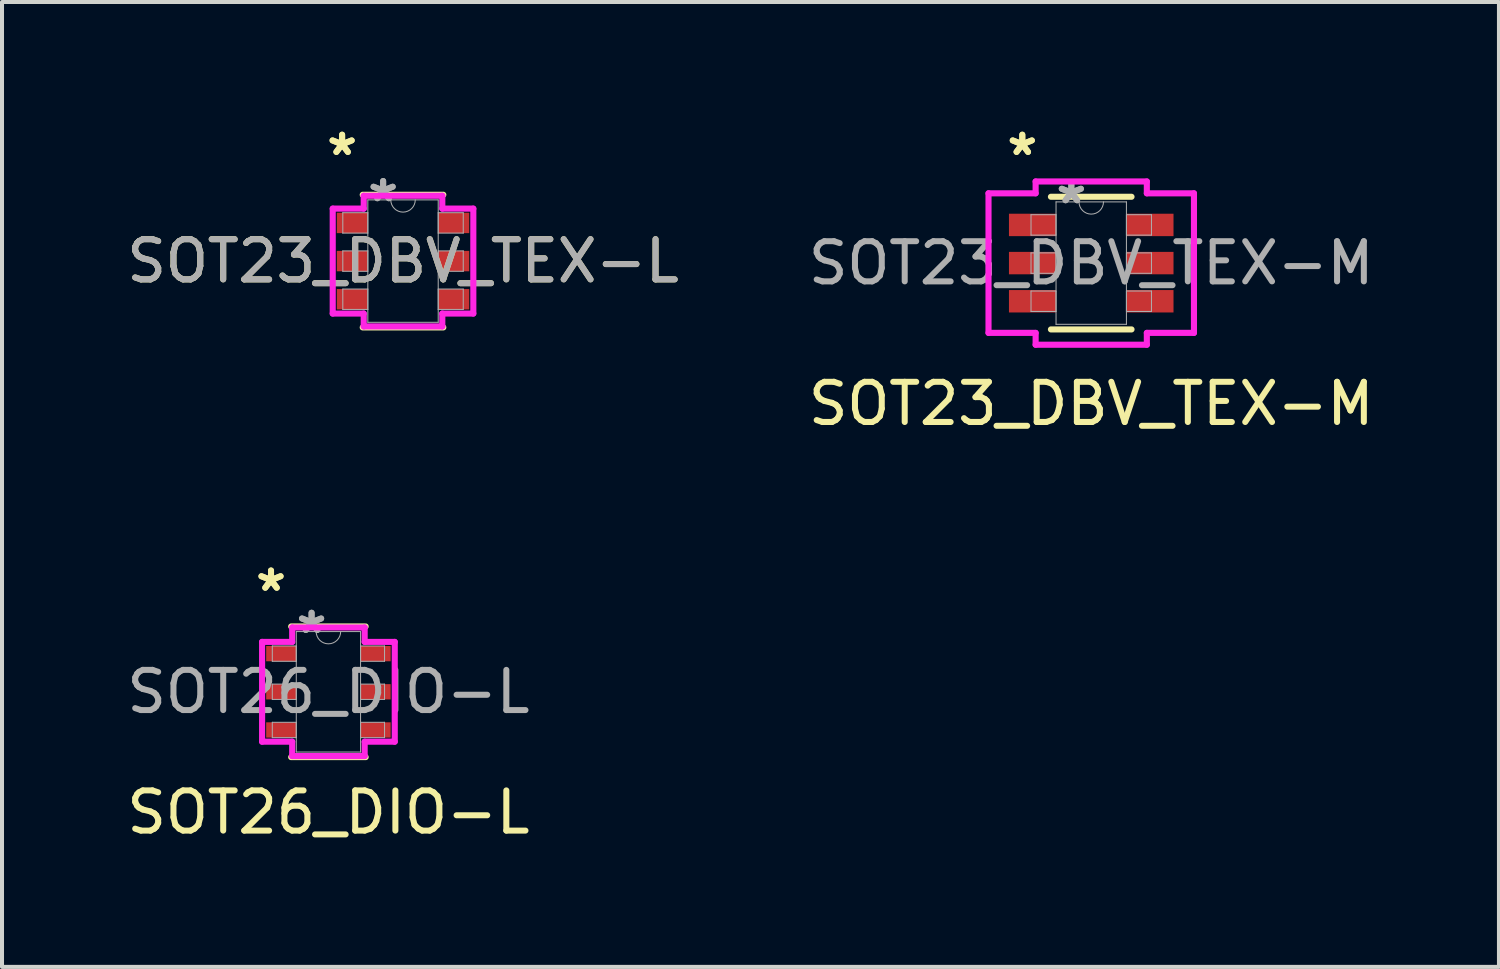
<source format=kicad_pcb>
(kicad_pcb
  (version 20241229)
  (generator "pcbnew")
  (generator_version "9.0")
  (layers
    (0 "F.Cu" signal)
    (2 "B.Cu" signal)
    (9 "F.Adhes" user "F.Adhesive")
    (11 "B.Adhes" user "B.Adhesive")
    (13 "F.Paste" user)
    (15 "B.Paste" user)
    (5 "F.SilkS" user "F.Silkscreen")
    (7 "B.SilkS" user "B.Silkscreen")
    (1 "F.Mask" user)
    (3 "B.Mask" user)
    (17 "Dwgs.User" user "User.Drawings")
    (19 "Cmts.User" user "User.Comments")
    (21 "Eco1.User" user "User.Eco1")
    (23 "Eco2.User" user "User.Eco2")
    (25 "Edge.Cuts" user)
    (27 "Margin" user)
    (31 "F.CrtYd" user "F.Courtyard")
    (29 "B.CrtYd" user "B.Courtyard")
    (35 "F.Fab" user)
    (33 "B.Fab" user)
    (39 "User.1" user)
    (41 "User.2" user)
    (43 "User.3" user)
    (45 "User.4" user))
  (footprint "SOT23_DBV_TEX-L"
    (layer "F.Cu")
    (at 6.982 3.449)
    (property "Reference" "SOT23_DBV_TEX-L" (at 0 0 0) (unlocked yes) (layer "F.SilkS") (effects (font (size 1 1) (thickness 0.15))))
    (attr smd)
    (fp_line (start -1.003 1.651) (end 1.003 1.651) (stroke (width 0.152) (type solid)) (layer "F.SilkS"))
    (fp_line (start 1.003 -1.651) (end -1.003 -1.651) (stroke (width 0.152) (type solid)) (layer "F.SilkS"))
    (fp_line (start -1.75 -1.306) (end -0.978 -1.306) (stroke (width 0.152) (type solid)) (layer "F.CrtYd"))
    (fp_line (start -1.75 1.306) (end -1.75 -1.306) (stroke (width 0.152) (type solid)) (layer "F.CrtYd"))
    (fp_line (start -1.75 1.306) (end -0.978 1.306) (stroke (width 0.152) (type solid)) (layer "F.CrtYd"))
    (fp_line (start -0.978 -1.626) (end 0.978 -1.626) (stroke (width 0.152) (type solid)) (layer "F.CrtYd"))
    (fp_line (start -0.978 -1.306) (end -0.978 -1.626) (stroke (width 0.152) (type solid)) (layer "F.CrtYd"))
    (fp_line (start -0.978 1.626) (end -0.978 1.306) (stroke (width 0.152) (type solid)) (layer "F.CrtYd"))
    (fp_line (start 0.978 -1.626) (end 0.978 -1.306) (stroke (width 0.152) (type solid)) (layer "F.CrtYd"))
    (fp_line (start 0.978 1.306) (end 0.978 1.626) (stroke (width 0.152) (type solid)) (layer "F.CrtYd"))
    (fp_line (start 0.978 1.626) (end -0.978 1.626) (stroke (width 0.152) (type solid)) (layer "F.CrtYd"))
    (fp_line (start 1.75 -1.306) (end 0.978 -1.306) (stroke (width 0.152) (type solid)) (layer "F.CrtYd"))
    (fp_line (start 1.75 -1.306) (end 1.75 1.306) (stroke (width 0.152) (type solid)) (layer "F.CrtYd"))
    (fp_line (start 1.75 1.306) (end 0.978 1.306) (stroke (width 0.152) (type solid)) (layer "F.CrtYd"))
    (fp_line (start -1.499 -1.204) (end -1.499 -0.696) (stroke (width 0.025) (type solid)) (layer "F.Fab"))
    (fp_line (start -1.499 -0.696) (end -0.876 -0.696) (stroke (width 0.025) (type solid)) (layer "F.Fab"))
    (fp_line (start -1.499 -0.254) (end -1.499 0.254) (stroke (width 0.025) (type solid)) (layer "F.Fab"))
    (fp_line (start -1.499 0.254) (end -0.876 0.254) (stroke (width 0.025) (type solid)) (layer "F.Fab"))
    (fp_line (start -1.499 0.696) (end -1.499 1.204) (stroke (width 0.025) (type solid)) (layer "F.Fab"))
    (fp_line (start -1.499 1.204) (end -0.876 1.204) (stroke (width 0.025) (type solid)) (layer "F.Fab"))
    (fp_line (start -0.876 -1.524) (end -0.876 1.524) (stroke (width 0.025) (type solid)) (layer "F.Fab"))
    (fp_line (start -0.876 -1.204) (end -1.499 -1.204) (stroke (width 0.025) (type solid)) (layer "F.Fab"))
    (fp_line (start -0.876 -0.696) (end -0.876 -1.204) (stroke (width 0.025) (type solid)) (layer "F.Fab"))
    (fp_line (start -0.876 -0.254) (end -1.499 -0.254) (stroke (width 0.025) (type solid)) (layer "F.Fab"))
    (fp_line (start -0.876 0.254) (end -0.876 -0.254) (stroke (width 0.025) (type solid)) (layer "F.Fab"))
    (fp_line (start -0.876 0.696) (end -1.499 0.696) (stroke (width 0.025) (type solid)) (layer "F.Fab"))
    (fp_line (start -0.876 1.204) (end -0.876 0.696) (stroke (width 0.025) (type solid)) (layer "F.Fab"))
    (fp_line (start -0.876 1.524) (end 0.876 1.524) (stroke (width 0.025) (type solid)) (layer "F.Fab"))
    (fp_line (start 0.876 -1.524) (end -0.876 -1.524) (stroke (width 0.025) (type solid)) (layer "F.Fab"))
    (fp_line (start 0.876 -1.204) (end 0.876 -0.696) (stroke (width 0.025) (type solid)) (layer "F.Fab"))
    (fp_line (start 0.876 -0.696) (end 1.499 -0.696) (stroke (width 0.025) (type solid)) (layer "F.Fab"))
    (fp_line (start 0.876 -0.254) (end 0.876 0.254) (stroke (width 0.025) (type solid)) (layer "F.Fab"))
    (fp_line (start 0.876 0.254) (end 1.499 0.254) (stroke (width 0.025) (type solid)) (layer "F.Fab"))
    (fp_line (start 0.876 0.696) (end 0.876 1.204) (stroke (width 0.025) (type solid)) (layer "F.Fab"))
    (fp_line (start 0.876 1.204) (end 1.499 1.204) (stroke (width 0.025) (type solid)) (layer "F.Fab"))
    (fp_line (start 0.876 1.524) (end 0.876 -1.524) (stroke (width 0.025) (type solid)) (layer "F.Fab"))
    (fp_line (start 1.499 -1.204) (end 0.876 -1.204) (stroke (width 0.025) (type solid)) (layer "F.Fab"))
    (fp_line (start 1.499 -0.696) (end 1.499 -1.204) (stroke (width 0.025) (type solid)) (layer "F.Fab"))
    (fp_line (start 1.499 -0.254) (end 0.876 -0.254) (stroke (width 0.025) (type solid)) (layer "F.Fab"))
    (fp_line (start 1.499 0.254) (end 1.499 -0.254) (stroke (width 0.025) (type solid)) (layer "F.Fab"))
    (fp_line (start 1.499 0.696) (end 0.876 0.696) (stroke (width 0.025) (type solid)) (layer "F.Fab"))
    (fp_line (start 1.499 1.204) (end 1.499 0.696) (stroke (width 0.025) (type solid)) (layer "F.Fab"))
    (fp_arc (start 0.3048 -1.524) (mid 0 -1.2192) (end -0.3048 -1.524) (stroke (width 0.0254) (type solid)) (layer "F.Fab"))
    (fp_text user "*" (at -1.516 -2.601 0) (layer "F.SilkS") (effects (font (size 1 1) (thickness 0.15))))
    (fp_text user "*" (at -1.516 -2.601 0) (unlocked yes) (layer "F.SilkS") (effects (font (size 1 1) (thickness 0.15))))
    (fp_text user "*" (at -0.495 -1.448 0) (layer "F.Fab") (effects (font (size 1 1) (thickness 0.15))))
    (fp_text user "*" (at -0.495 -1.448 0) (unlocked yes) (layer "F.Fab") (effects (font (size 1 1) (thickness 0.15))))
    (fp_text user "${REFERENCE}" (at 0 0 0) (unlocked yes) (layer "F.Fab") (effects (font (size 1 1) (thickness 0.15))))
    (pad "1" smd rect (at -1.262 -0.95) (size 0.772 0.508) (layers "F.Cu" "F.Mask" "F.Paste"))
    (pad "2" smd rect (at -1.262 0) (size 0.772 0.508) (layers "F.Cu" "F.Mask" "F.Paste"))
    (pad "3" smd rect (at -1.262 0.95) (size 0.772 0.508) (layers "F.Cu" "F.Mask" "F.Paste"))
    (pad "4" smd rect (at 1.262 0.95) (size 0.772 0.508) (layers "F.Cu" "F.Mask" "F.Paste"))
    (pad "5" smd rect (at 1.262 0) (size 0.772 0.508) (layers "F.Cu" "F.Mask" "F.Paste"))
    (pad "6" smd rect (at 1.262 -0.95) (size 0.772 0.508) (layers "F.Cu" "F.Mask" "F.Paste")))
  (footprint "SOT23_DBV_TEX-M"
    (layer "F.Cu")
    (at 24.113 3.499)
    (property "Reference" "SOT23_DBV_TEX-M" (at 0 3.5 0) (unlocked yes) (layer "F.SilkS") (effects (font (size 1 1) (thickness 0.15))))
    (attr smd)
    (fp_line (start -1.003 1.651) (end 1.003 1.651) (stroke (width 0.152) (type solid)) (layer "F.SilkS"))
    (fp_line (start 1.003 -1.651) (end -1.003 -1.651) (stroke (width 0.152) (type solid)) (layer "F.SilkS"))
    (fp_line (start -2.557 -1.737) (end -1.384 -1.737) (stroke (width 0.152) (type solid)) (layer "F.CrtYd"))
    (fp_line (start -2.557 1.737) (end -2.557 -1.737) (stroke (width 0.152) (type solid)) (layer "F.CrtYd"))
    (fp_line (start -2.557 1.737) (end -1.384 1.737) (stroke (width 0.152) (type solid)) (layer "F.CrtYd"))
    (fp_line (start -1.384 -2.032) (end 1.384 -2.032) (stroke (width 0.152) (type solid)) (layer "F.CrtYd"))
    (fp_line (start -1.384 -1.737) (end -1.384 -2.032) (stroke (width 0.152) (type solid)) (layer "F.CrtYd"))
    (fp_line (start -1.384 2.032) (end -1.384 1.737) (stroke (width 0.152) (type solid)) (layer "F.CrtYd"))
    (fp_line (start 1.384 -2.032) (end 1.384 -1.737) (stroke (width 0.152) (type solid)) (layer "F.CrtYd"))
    (fp_line (start 1.384 1.737) (end 1.384 2.032) (stroke (width 0.152) (type solid)) (layer "F.CrtYd"))
    (fp_line (start 1.384 2.032) (end -1.384 2.032) (stroke (width 0.152) (type solid)) (layer "F.CrtYd"))
    (fp_line (start 2.557 -1.737) (end 1.384 -1.737) (stroke (width 0.152) (type solid)) (layer "F.CrtYd"))
    (fp_line (start 2.557 -1.737) (end 2.557 1.737) (stroke (width 0.152) (type solid)) (layer "F.CrtYd"))
    (fp_line (start 2.557 1.737) (end 1.384 1.737) (stroke (width 0.152) (type solid)) (layer "F.CrtYd"))
    (fp_line (start -1.499 -1.204) (end -1.499 -0.696) (stroke (width 0.025) (type solid)) (layer "F.Fab"))
    (fp_line (start -1.499 -0.696) (end -0.876 -0.696) (stroke (width 0.025) (type solid)) (layer "F.Fab"))
    (fp_line (start -1.499 -0.254) (end -1.499 0.254) (stroke (width 0.025) (type solid)) (layer "F.Fab"))
    (fp_line (start -1.499 0.254) (end -0.876 0.254) (stroke (width 0.025) (type solid)) (layer "F.Fab"))
    (fp_line (start -1.499 0.696) (end -1.499 1.204) (stroke (width 0.025) (type solid)) (layer "F.Fab"))
    (fp_line (start -1.499 1.204) (end -0.876 1.204) (stroke (width 0.025) (type solid)) (layer "F.Fab"))
    (fp_line (start -0.876 -1.524) (end -0.876 1.524) (stroke (width 0.025) (type solid)) (layer "F.Fab"))
    (fp_line (start -0.876 -1.204) (end -1.499 -1.204) (stroke (width 0.025) (type solid)) (layer "F.Fab"))
    (fp_line (start -0.876 -0.696) (end -0.876 -1.204) (stroke (width 0.025) (type solid)) (layer "F.Fab"))
    (fp_line (start -0.876 -0.254) (end -1.499 -0.254) (stroke (width 0.025) (type solid)) (layer "F.Fab"))
    (fp_line (start -0.876 0.254) (end -0.876 -0.254) (stroke (width 0.025) (type solid)) (layer "F.Fab"))
    (fp_line (start -0.876 0.696) (end -1.499 0.696) (stroke (width 0.025) (type solid)) (layer "F.Fab"))
    (fp_line (start -0.876 1.204) (end -0.876 0.696) (stroke (width 0.025) (type solid)) (layer "F.Fab"))
    (fp_line (start -0.876 1.524) (end 0.876 1.524) (stroke (width 0.025) (type solid)) (layer "F.Fab"))
    (fp_line (start 0.876 -1.524) (end -0.876 -1.524) (stroke (width 0.025) (type solid)) (layer "F.Fab"))
    (fp_line (start 0.876 -1.204) (end 0.876 -0.696) (stroke (width 0.025) (type solid)) (layer "F.Fab"))
    (fp_line (start 0.876 -0.696) (end 1.499 -0.696) (stroke (width 0.025) (type solid)) (layer "F.Fab"))
    (fp_line (start 0.876 -0.254) (end 0.876 0.254) (stroke (width 0.025) (type solid)) (layer "F.Fab"))
    (fp_line (start 0.876 0.254) (end 1.499 0.254) (stroke (width 0.025) (type solid)) (layer "F.Fab"))
    (fp_line (start 0.876 0.696) (end 0.876 1.204) (stroke (width 0.025) (type solid)) (layer "F.Fab"))
    (fp_line (start 0.876 1.204) (end 1.499 1.204) (stroke (width 0.025) (type solid)) (layer "F.Fab"))
    (fp_line (start 0.876 1.524) (end 0.876 -1.524) (stroke (width 0.025) (type solid)) (layer "F.Fab"))
    (fp_line (start 1.499 -1.204) (end 0.876 -1.204) (stroke (width 0.025) (type solid)) (layer "F.Fab"))
    (fp_line (start 1.499 -0.696) (end 1.499 -1.204) (stroke (width 0.025) (type solid)) (layer "F.Fab"))
    (fp_line (start 1.499 -0.254) (end 0.876 -0.254) (stroke (width 0.025) (type solid)) (layer "F.Fab"))
    (fp_line (start 1.499 0.254) (end 1.499 -0.254) (stroke (width 0.025) (type solid)) (layer "F.Fab"))
    (fp_line (start 1.499 0.696) (end 0.876 0.696) (stroke (width 0.025) (type solid)) (layer "F.Fab"))
    (fp_line (start 1.499 1.204) (end 1.499 0.696) (stroke (width 0.025) (type solid)) (layer "F.Fab"))
    (fp_arc (start 0.3048 -1.524) (mid 0 -1.2192) (end -0.3048 -1.524) (stroke (width 0.0254) (type solid)) (layer "F.Fab"))
    (fp_text user "*" (at -1.716 -2.651 0) (layer "F.SilkS") (effects (font (size 1 1) (thickness 0.15))))
    (fp_text user "*" (at -1.716 -2.651 0) (unlocked yes) (layer "F.SilkS") (effects (font (size 1 1) (thickness 0.15))))
    (fp_text user "${REFERENCE}" (at 0 0 0) (unlocked yes) (layer "F.Fab") (effects (font (size 1 1) (thickness 0.15))))
    (fp_text user "*" (at -0.495 -1.448 0) (layer "F.Fab") (effects (font (size 1 1) (thickness 0.15))))
    (fp_text user "*" (at -0.495 -1.448 0) (unlocked yes) (layer "F.Fab") (effects (font (size 1 1) (thickness 0.15))))
    (pad "1" smd rect (at -1.462 -0.95) (size 1.172 0.558) (layers "F.Cu" "F.Mask" "F.Paste"))
    (pad "2" smd rect (at -1.462 0) (size 1.172 0.558) (layers "F.Cu" "F.Mask" "F.Paste"))
    (pad "3" smd rect (at -1.462 0.95) (size 1.172 0.558) (layers "F.Cu" "F.Mask" "F.Paste"))
    (pad "4" smd rect (at 1.462 0.95) (size 1.172 0.558) (layers "F.Cu" "F.Mask" "F.Paste"))
    (pad "5" smd rect (at 1.462 0) (size 1.172 0.558) (layers "F.Cu" "F.Mask" "F.Paste"))
    (pad "6" smd rect (at 1.462 -0.95) (size 1.172 0.558) (layers "F.Cu" "F.Mask" "F.Paste")))
  (footprint "SOT26_DIO-L"
    (layer "F.Cu")
    (at 5.125 14.17)
    (property "Reference" "SOT26_DIO-L" (at 0 3 0) (unlocked yes) (layer "F.SilkS") (effects (font (size 1 1) (thickness 0.15))))
    (attr smd)
    (fp_line (start -0.927 1.626) (end 0.927 1.626) (stroke (width 0.152) (type solid)) (layer "F.SilkS"))
    (fp_line (start 0.927 -1.626) (end -0.927 -1.626) (stroke (width 0.152) (type solid)) (layer "F.SilkS"))
    (fp_line (start -1.651 -1.242) (end -0.902 -1.242) (stroke (width 0.152) (type solid)) (layer "F.CrtYd"))
    (fp_line (start -1.651 1.242) (end -1.651 -1.242) (stroke (width 0.152) (type solid)) (layer "F.CrtYd"))
    (fp_line (start -1.651 1.242) (end -0.902 1.242) (stroke (width 0.152) (type solid)) (layer "F.CrtYd"))
    (fp_line (start -0.902 -1.6) (end 0.902 -1.6) (stroke (width 0.152) (type solid)) (layer "F.CrtYd"))
    (fp_line (start -0.902 -1.242) (end -0.902 -1.6) (stroke (width 0.152) (type solid)) (layer "F.CrtYd"))
    (fp_line (start -0.902 1.6) (end -0.902 1.242) (stroke (width 0.152) (type solid)) (layer "F.CrtYd"))
    (fp_line (start 0.902 -1.6) (end 0.902 -1.242) (stroke (width 0.152) (type solid)) (layer "F.CrtYd"))
    (fp_line (start 0.902 1.242) (end 0.902 1.6) (stroke (width 0.152) (type solid)) (layer "F.CrtYd"))
    (fp_line (start 0.902 1.6) (end -0.902 1.6) (stroke (width 0.152) (type solid)) (layer "F.CrtYd"))
    (fp_line (start 1.651 -1.242) (end 0.902 -1.242) (stroke (width 0.152) (type solid)) (layer "F.CrtYd"))
    (fp_line (start 1.651 -1.242) (end 1.651 1.242) (stroke (width 0.152) (type solid)) (layer "F.CrtYd"))
    (fp_line (start 1.651 1.242) (end 0.902 1.242) (stroke (width 0.152) (type solid)) (layer "F.CrtYd"))
    (fp_line (start -1.397 -1.141) (end -1.397 -0.759) (stroke (width 0.025) (type solid)) (layer "F.Fab"))
    (fp_line (start -1.397 -0.759) (end -0.8 -0.759) (stroke (width 0.025) (type solid)) (layer "F.Fab"))
    (fp_line (start -1.397 -0.191) (end -1.397 0.191) (stroke (width 0.025) (type solid)) (layer "F.Fab"))
    (fp_line (start -1.397 0.191) (end -0.8 0.191) (stroke (width 0.025) (type solid)) (layer "F.Fab"))
    (fp_line (start -1.397 0.759) (end -1.397 1.141) (stroke (width 0.025) (type solid)) (layer "F.Fab"))
    (fp_line (start -1.397 1.141) (end -0.8 1.141) (stroke (width 0.025) (type solid)) (layer "F.Fab"))
    (fp_line (start -0.8 -1.499) (end -0.8 1.499) (stroke (width 0.025) (type solid)) (layer "F.Fab"))
    (fp_line (start -0.8 -1.141) (end -1.397 -1.141) (stroke (width 0.025) (type solid)) (layer "F.Fab"))
    (fp_line (start -0.8 -0.759) (end -0.8 -1.141) (stroke (width 0.025) (type solid)) (layer "F.Fab"))
    (fp_line (start -0.8 -0.191) (end -1.397 -0.191) (stroke (width 0.025) (type solid)) (layer "F.Fab"))
    (fp_line (start -0.8 0.191) (end -0.8 -0.191) (stroke (width 0.025) (type solid)) (layer "F.Fab"))
    (fp_line (start -0.8 0.759) (end -1.397 0.759) (stroke (width 0.025) (type solid)) (layer "F.Fab"))
    (fp_line (start -0.8 1.141) (end -0.8 0.759) (stroke (width 0.025) (type solid)) (layer "F.Fab"))
    (fp_line (start -0.8 1.499) (end 0.8 1.499) (stroke (width 0.025) (type solid)) (layer "F.Fab"))
    (fp_line (start 0.8 -1.499) (end -0.8 -1.499) (stroke (width 0.025) (type solid)) (layer "F.Fab"))
    (fp_line (start 0.8 -1.141) (end 0.8 -0.759) (stroke (width 0.025) (type solid)) (layer "F.Fab"))
    (fp_line (start 0.8 -0.759) (end 1.397 -0.759) (stroke (width 0.025) (type solid)) (layer "F.Fab"))
    (fp_line (start 0.8 -0.191) (end 0.8 0.191) (stroke (width 0.025) (type solid)) (layer "F.Fab"))
    (fp_line (start 0.8 0.191) (end 1.397 0.191) (stroke (width 0.025) (type solid)) (layer "F.Fab"))
    (fp_line (start 0.8 0.759) (end 0.8 1.141) (stroke (width 0.025) (type solid)) (layer "F.Fab"))
    (fp_line (start 0.8 1.141) (end 1.397 1.141) (stroke (width 0.025) (type solid)) (layer "F.Fab"))
    (fp_line (start 0.8 1.499) (end 0.8 -1.499) (stroke (width 0.025) (type solid)) (layer "F.Fab"))
    (fp_line (start 1.397 -1.141) (end 0.8 -1.141) (stroke (width 0.025) (type solid)) (layer "F.Fab"))
    (fp_line (start 1.397 -0.759) (end 1.397 -1.141) (stroke (width 0.025) (type solid)) (layer "F.Fab"))
    (fp_line (start 1.397 -0.191) (end 0.8 -0.191) (stroke (width 0.025) (type solid)) (layer "F.Fab"))
    (fp_line (start 1.397 0.191) (end 1.397 -0.191) (stroke (width 0.025) (type solid)) (layer "F.Fab"))
    (fp_line (start 1.397 0.759) (end 0.8 0.759) (stroke (width 0.025) (type solid)) (layer "F.Fab"))
    (fp_line (start 1.397 1.141) (end 1.397 0.759) (stroke (width 0.025) (type solid)) (layer "F.Fab"))
    (fp_arc (start 0.3048 -1.4986) (mid 0 -1.1938) (end -0.3048 -1.4986) (stroke (width 0.0254) (type solid)) (layer "F.Fab"))
    (fp_text user "*" (at -1.429 -2.474 0) (unlocked yes) (layer "F.SilkS") (effects (font (size 1 1) (thickness 0.15))))
    (fp_text user "*" (at -1.429 -2.474 0) (layer "F.SilkS") (effects (font (size 1 1) (thickness 0.15))))
    (fp_text user "*" (at -0.419 -1.422 0) (unlocked yes) (layer "F.Fab") (effects (font (size 1 1) (thickness 0.15))))
    (fp_text user "${REFERENCE}" (at 0 0 0) (unlocked yes) (layer "F.Fab") (effects (font (size 1 1) (thickness 0.15))))
    (fp_text user "*" (at -0.419 -1.422 0) (layer "F.Fab") (effects (font (size 1 1) (thickness 0.15))))
    (pad "1" smd rect (at -1.175 -0.95) (size 0.749 0.381) (layers "F.Cu" "F.Mask" "F.Paste"))
    (pad "2" smd rect (at -1.175 0) (size 0.749 0.381) (layers "F.Cu" "F.Mask" "F.Paste"))
    (pad "3" smd rect (at -1.175 0.95) (size 0.749 0.381) (layers "F.Cu" "F.Mask" "F.Paste"))
    (pad "4" smd rect (at 1.175 0.95) (size 0.749 0.381) (layers "F.Cu" "F.Mask" "F.Paste"))
    (pad "5" smd rect (at 1.175 0) (size 0.749 0.381) (layers "F.Cu" "F.Mask" "F.Paste"))
    (pad "6" smd rect (at 1.175 -0.95) (size 0.749 0.381) (layers "F.Cu" "F.Mask" "F.Paste")))
  (gr_rect
    (start -3 -3)
    (end 34.262 21.018)
    (stroke (width 0.1) (type default))
    (fill no)
    (layer "Edge.Cuts")))
</source>
